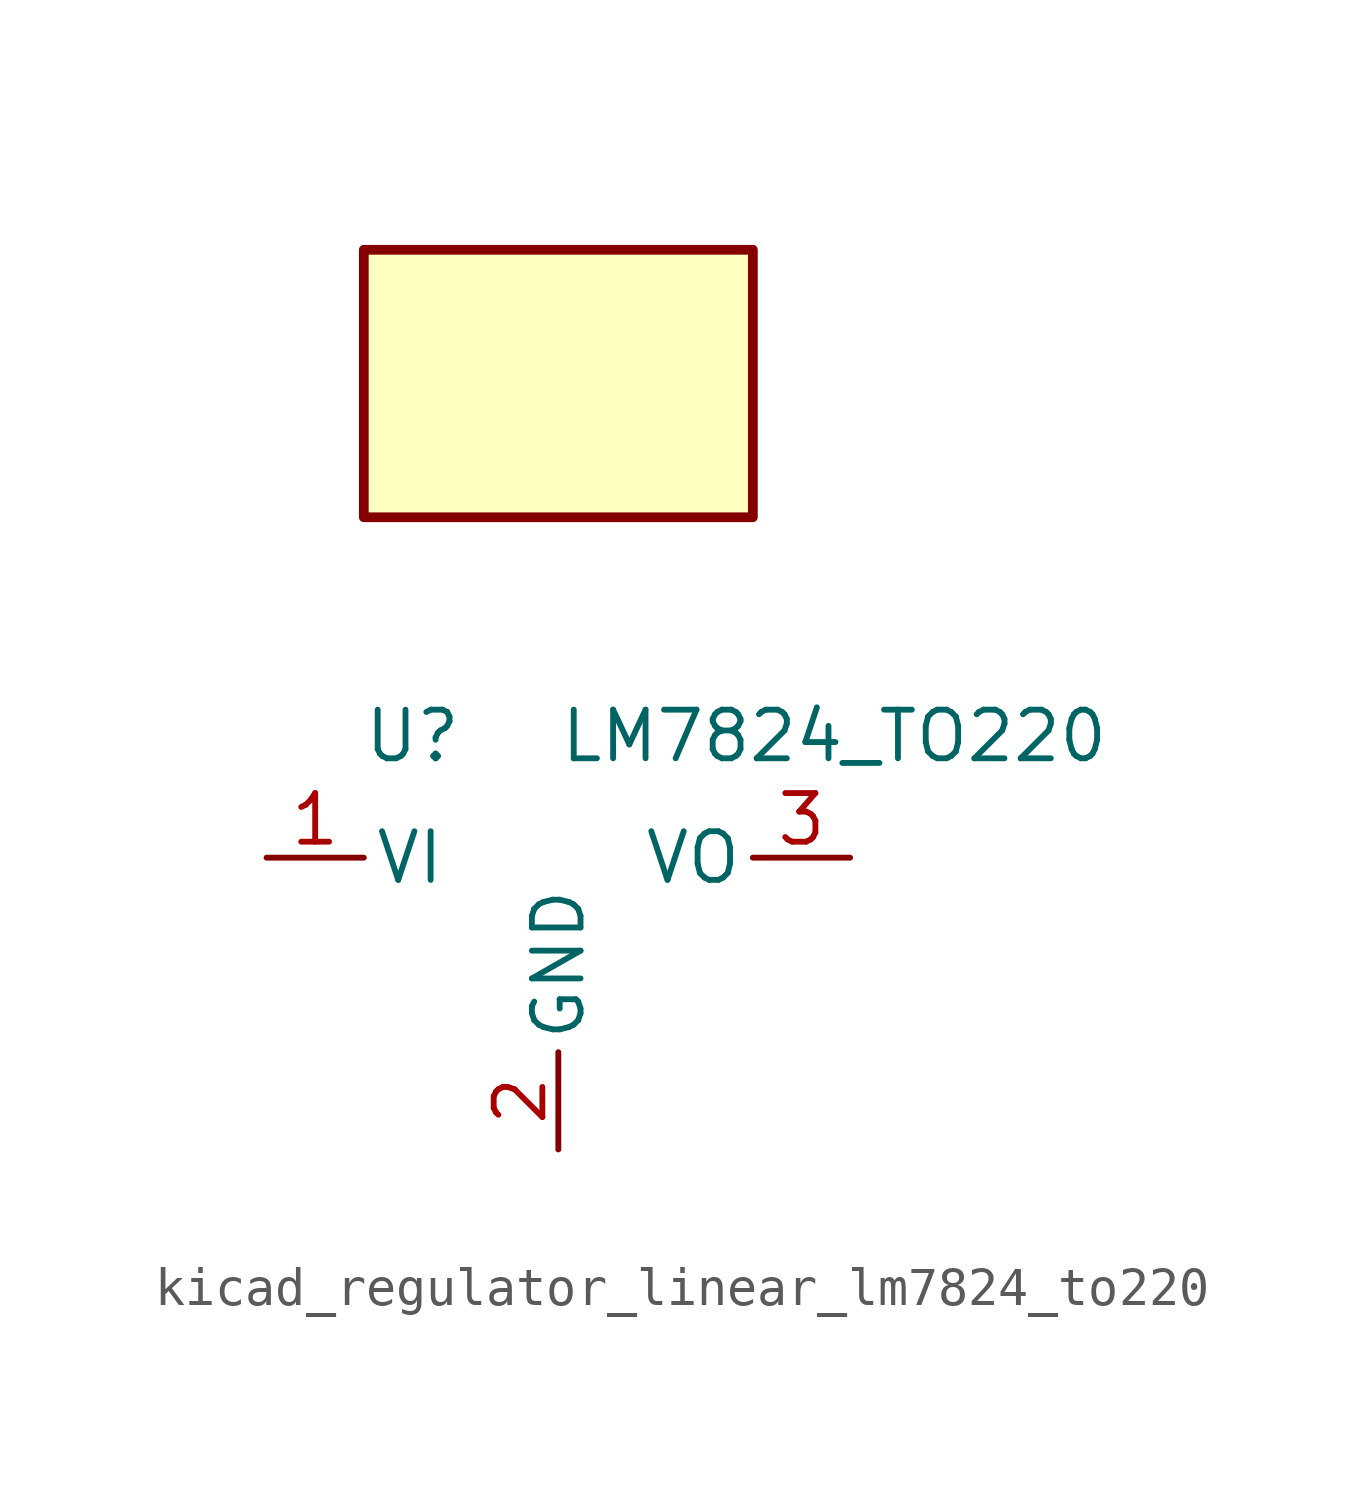
<source format=kicad_sym>
(kicad_symbol_lib
  (version 20220914)
  (generator kicad_symbol_editor)
  (symbol "kicad_regulator_linear_lm7824_to220"
    (pin_names
      (offset 0.254))
    (property "Reference" "U"
      (at -3.81 3.175 0)
      (effects (font (size 1.27 1.27))))
    (property "Value" "LM7824_TO220"
      (at 0 3.175 0)
      (effects (font (size 1.27 1.27)) (justify left)))
    (symbol "kicad_regulator_linear_lm7824_to220_0_1"
      (rectangle (start 5.08 15.875) (end -5.08 8.89) (stroke (width 0.254) (type default)) (fill (type background))))
    (symbol "kicad_regulator_linear_lm7824_to220_1_1"
      (pin power_in line (at -7.62 0 0) (length 2.54) (name "VI" (effects (font (size 1.27 1.27)))) (number "1" (effects (font (size 1.27 1.27)))))
      (pin power_in line (at 0 -7.62 90) (length 2.54) (name "GND" (effects (font (size 1.27 1.27)))) (number "2" (effects (font (size 1.27 1.27)))))
      (pin power_out line (at 7.62 0 180) (length 2.54) (name "VO" (effects (font (size 1.27 1.27)))) (number "3" (effects (font (size 1.27 1.27))))))))
</source>
